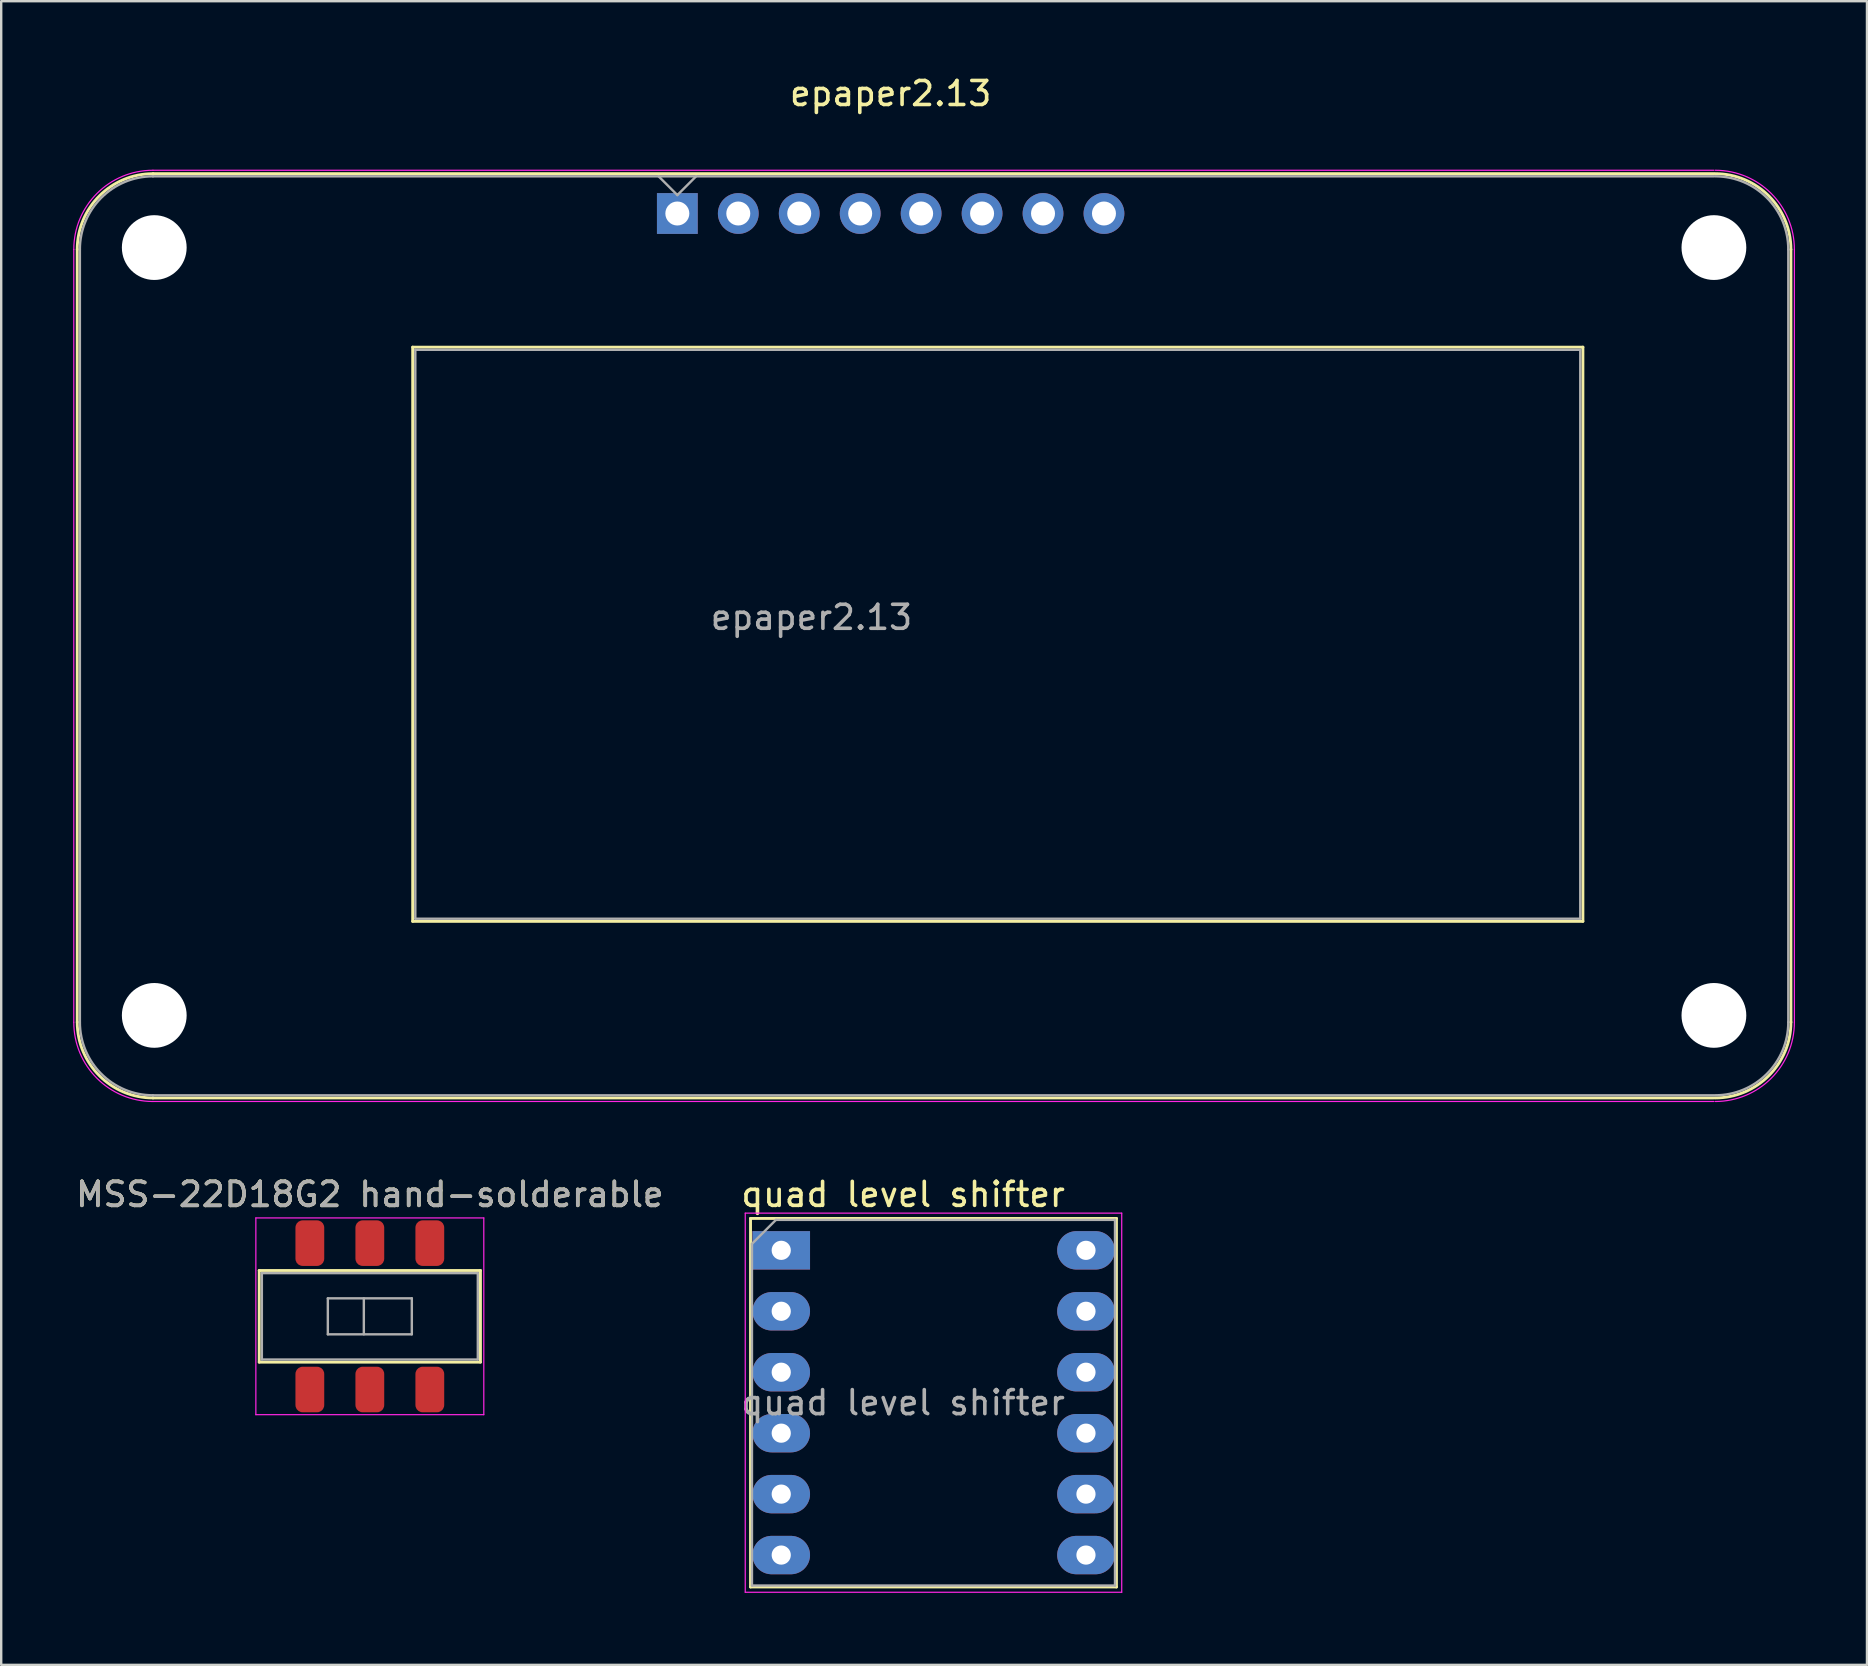
<source format=kicad_pcb>
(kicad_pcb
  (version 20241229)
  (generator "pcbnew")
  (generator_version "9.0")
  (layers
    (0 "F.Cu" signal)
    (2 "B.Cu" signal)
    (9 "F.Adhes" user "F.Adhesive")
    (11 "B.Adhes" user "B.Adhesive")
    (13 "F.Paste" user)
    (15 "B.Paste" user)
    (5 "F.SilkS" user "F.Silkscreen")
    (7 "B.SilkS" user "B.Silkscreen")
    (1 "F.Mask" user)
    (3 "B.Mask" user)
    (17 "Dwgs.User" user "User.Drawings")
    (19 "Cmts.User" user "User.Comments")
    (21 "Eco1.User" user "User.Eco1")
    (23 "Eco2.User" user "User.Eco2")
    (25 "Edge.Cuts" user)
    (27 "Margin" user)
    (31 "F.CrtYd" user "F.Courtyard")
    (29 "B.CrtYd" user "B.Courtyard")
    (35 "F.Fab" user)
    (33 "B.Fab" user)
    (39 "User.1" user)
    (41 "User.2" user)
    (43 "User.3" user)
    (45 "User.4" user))
  (footprint "quad level shifter"
    (layer "F.Cu")
    (at 29.509 49.059)
    (property "Reference" "quad level shifter" (at 5.08 -2.33 0) (layer "F.SilkS") (effects (font (size 1 1) (thickness 0.15))))
    (attr through_hole)
    (fp_line (start -1.28 -1.33) (end -1.28 14.03) (stroke (width 0.12) (type solid)) (layer "F.SilkS"))
    (fp_line (start -1.28 14.03) (end 13.97 14.03) (stroke (width 0.12) (type solid)) (layer "F.SilkS"))
    (fp_line (start 13.97 -1.33) (end -1.28 -1.33) (stroke (width 0.12) (type solid)) (layer "F.SilkS"))
    (fp_line (start 13.97 14.03) (end 13.97 -1.33) (stroke (width 0.12) (type solid)) (layer "F.SilkS"))
    (fp_line (start -1.5 -1.55) (end -1.5 14.25) (stroke (width 0.05) (type solid)) (layer "F.CrtYd"))
    (fp_line (start -1.5 14.25) (end 14.19 14.25) (stroke (width 0.05) (type solid)) (layer "F.CrtYd"))
    (fp_line (start 14.19 -1.55) (end -1.5 -1.55) (stroke (width 0.05) (type solid)) (layer "F.CrtYd"))
    (fp_line (start 14.19 14.25) (end 14.19 -1.55) (stroke (width 0.05) (type solid)) (layer "F.CrtYd"))
    (fp_line (start -1.22 -0.27) (end -0.22 -1.27) (stroke (width 0.1) (type solid)) (layer "F.Fab"))
    (fp_line (start -1.22 13.97) (end -1.22 -0.27) (stroke (width 0.1) (type solid)) (layer "F.Fab"))
    (fp_line (start -0.22 -1.27) (end 13.91 -1.27) (stroke (width 0.1) (type solid)) (layer "F.Fab"))
    (fp_line (start 13.91 -1.27) (end 13.91 13.97) (stroke (width 0.1) (type solid)) (layer "F.Fab"))
    (fp_line (start 13.91 13.97) (end -1.22 13.97) (stroke (width 0.1) (type solid)) (layer "F.Fab"))
    (fp_text user "${REFERENCE}" (at 5.08 6.35 0) (layer "F.Fab") (effects (font (size 1 1) (thickness 0.15))))
    (pad "1" thru_hole rect (at 0 0) (size 2.4 1.6) (drill 0.8) (layers "*.Cu" "*.Mask"))
    (pad "2" thru_hole oval (at 0 2.54) (size 2.4 1.6) (drill 0.8) (layers "*.Cu" "*.Mask"))
    (pad "3" thru_hole oval (at 0 5.08) (size 2.4 1.6) (drill 0.8) (layers "*.Cu" "*.Mask"))
    (pad "4" thru_hole oval (at 0 7.62) (size 2.4 1.6) (drill 0.8) (layers "*.Cu" "*.Mask"))
    (pad "5" thru_hole oval (at 0 10.16) (size 2.4 1.6) (drill 0.8) (layers "*.Cu" "*.Mask"))
    (pad "6" thru_hole oval (at 0 12.7) (size 2.4 1.6) (drill 0.8) (layers "*.Cu" "*.Mask"))
    (pad "7" thru_hole oval (at 12.7 12.7) (size 2.4 1.6) (drill 0.8) (layers "*.Cu" "*.Mask"))
    (pad "8" thru_hole oval (at 12.7 10.16) (size 2.4 1.6) (drill 0.8) (layers "*.Cu" "*.Mask"))
    (pad "9" thru_hole oval (at 12.7 7.62) (size 2.4 1.6) (drill 0.8) (layers "*.Cu" "*.Mask"))
    (pad "10" thru_hole oval (at 12.7 5.08) (size 2.4 1.6) (drill 0.8) (layers "*.Cu" "*.Mask"))
    (pad "11" thru_hole oval (at 12.7 2.54) (size 2.4 1.6) (drill 0.8) (layers "*.Cu" "*.Mask"))
    (pad "12" thru_hole oval (at 12.7 0) (size 2.4 1.6) (drill 0.8) (layers "*.Cu" "*.Mask")))
  (footprint "MSS-22D18G2 hand-solderable"
    (layer "F.Cu")
    (at 12.363 51.809)
    (property "Reference" "MSS-22D18G2 hand-solderable" (at 0 -5.08 0) (layer "F.SilkS") (effects (font (size 1 1) (thickness 0.15))))
    (attr smd)
    (fp_line (start -4.61 -1.91) (end -4.61 1.91) (stroke (width 0.12) (type solid)) (layer "F.SilkS"))
    (fp_line (start -4.61 1.91) (end 4.61 1.91) (stroke (width 0.12) (type solid)) (layer "F.SilkS"))
    (fp_line (start 4.61 -1.91) (end -4.61 -1.91) (stroke (width 0.12) (type solid)) (layer "F.SilkS"))
    (fp_line (start 4.61 -1.91) (end 4.61 1.91) (stroke (width 0.12) (type solid)) (layer "F.SilkS"))
    (fp_line (start -4.75 -4.1) (end -4.75 4.1) (stroke (width 0.05) (type solid)) (layer "F.CrtYd"))
    (fp_line (start -4.75 -4.1) (end 4.75 -4.1) (stroke (width 0.05) (type solid)) (layer "F.CrtYd"))
    (fp_line (start 4.75 -4.1) (end 4.75 4.1) (stroke (width 0.05) (type solid)) (layer "F.CrtYd"))
    (fp_line (start 4.75 4.1) (end -4.75 4.1) (stroke (width 0.05) (type solid)) (layer "F.CrtYd"))
    (fp_line (start -4.5 -1.8) (end 4.5 -1.8) (stroke (width 0.1) (type solid)) (layer "F.Fab"))
    (fp_line (start -4.5 1.8) (end -4.5 -1.8) (stroke (width 0.1) (type solid)) (layer "F.Fab"))
    (fp_line (start -1.75 -0.75) (end -1.75 0.75) (stroke (width 0.1) (type solid)) (layer "F.Fab"))
    (fp_line (start -1.75 -0.75) (end 1.75 -0.75) (stroke (width 0.1) (type solid)) (layer "F.Fab"))
    (fp_line (start -0.25 -0.75) (end -0.25 0.75) (stroke (width 0.1) (type solid)) (layer "F.Fab"))
    (fp_line (start 1.75 -0.75) (end 1.75 0.75) (stroke (width 0.1) (type solid)) (layer "F.Fab"))
    (fp_line (start 1.75 0.75) (end -1.75 0.75) (stroke (width 0.1) (type solid)) (layer "F.Fab"))
    (fp_line (start 4.5 -1.8) (end 4.5 1.8) (stroke (width 0.1) (type solid)) (layer "F.Fab"))
    (fp_line (start 4.5 1.8) (end -4.5 1.8) (stroke (width 0.1) (type solid)) (layer "F.Fab"))
    (fp_text user "${REFERENCE}" (at 0 -5.08 0) (layer "F.Fab") (effects (font (size 1 1) (thickness 0.15))))
    (pad "1" smd roundrect (at -2.5 -3.05) (size 1.2 1.9) (layers "F.Cu" "F.Mask" "F.Paste") (roundrect_rratio 0.25))
    (pad "2" smd roundrect (at 0 -3.05) (size 1.2 1.9) (layers "F.Cu" "F.Mask" "F.Paste") (roundrect_rratio 0.25))
    (pad "3" smd roundrect (at 2.5 -3.05) (size 1.2 1.9) (layers "F.Cu" "F.Mask" "F.Paste") (roundrect_rratio 0.25))
    (pad "4" smd roundrect (at -2.5 3.05) (size 1.2 1.9) (layers "F.Cu" "F.Mask" "F.Paste") (roundrect_rratio 0.25))
    (pad "5" smd roundrect (at 0 3.05) (size 1.2 1.9) (layers "F.Cu" "F.Mask" "F.Paste") (roundrect_rratio 0.25))
    (pad "6" smd roundrect (at 2.5 3.05) (size 1.2 1.9) (layers "F.Cu" "F.Mask" "F.Paste") (roundrect_rratio 0.25)))
  (footprint "epaper2.13"
    (layer "F.Cu")
    (at 25.179 5.848)
    (property "Reference" "epaper2.13" (at 8.89 -5 0) (layer "F.SilkS") (effects (font (size 1 1) (thickness 0.15))))
    (attr through_hole)
    (fp_line (start -25.01 1.498) (end -25.01 33.7) (stroke (width 0.12) (type solid)) (layer "F.SilkS"))
    (fp_line (start -11.03 5.57) (end -11.03 29.5) (stroke (width 0.12) (type solid)) (layer "F.SilkS"))
    (fp_line (start -11.03 5.57) (end 37.74 5.57) (stroke (width 0.12) (type solid)) (layer "F.SilkS"))
    (fp_line (start -11.03 29.5) (end 37.74 29.5) (stroke (width 0.12) (type solid)) (layer "F.SilkS"))
    (fp_line (start 37.74 5.57) (end 37.74 29.5) (stroke (width 0.12) (type solid)) (layer "F.SilkS"))
    (fp_line (start 43.2 -1.66) (end -21.854 -1.66) (stroke (width 0.12) (type solid)) (layer "F.SilkS"))
    (fp_line (start 43.2 36.86) (end -21.854 36.86) (stroke (width 0.12) (type solid)) (layer "F.SilkS"))
    (fp_line (start 46.41 1.498) (end 46.41 33.7) (stroke (width 0.12) (type solid)) (layer "F.SilkS"))
    (fp_arc (start -25.01 1.498) (mid -24.085043 -0.735043) (end -21.852 -1.66) (stroke (width 0.12) (type solid)) (layer "F.SilkS"))
    (fp_arc (start -21.852 36.86) (mid -24.085043 35.935043) (end -25.01 33.702) (stroke (width 0.12) (type solid)) (layer "F.SilkS"))
    (fp_arc (start 43.252 -1.66) (mid 45.485043 -0.735043) (end 46.41 1.498) (stroke (width 0.12) (type solid)) (layer "F.SilkS"))
    (fp_arc (start 46.41 33.702) (mid 45.485043 35.935043) (end 43.252 36.86) (stroke (width 0.12) (type solid)) (layer "F.SilkS"))
    (fp_line (start -25.154 1.498) (end -25.154 33.7) (stroke (width 0.05) (type solid)) (layer "F.CrtYd"))
    (fp_line (start 43.2 -1.802) (end -21.854 -1.802) (stroke (width 0.05) (type solid)) (layer "F.CrtYd"))
    (fp_line (start 43.2 37.008) (end -21.854 37.008) (stroke (width 0.05) (type solid)) (layer "F.CrtYd"))
    (fp_line (start 46.554 1.498) (end 46.554 33.7) (stroke (width 0.05) (type solid)) (layer "F.CrtYd"))
    (fp_arc (start -25.154 1.498) (mid -24.187452 -0.835452) (end -21.854 -1.802) (stroke (width 0.05) (type solid)) (layer "F.CrtYd"))
    (fp_arc (start -21.854 37.008) (mid -24.187452 36.041452) (end -25.154 33.708) (stroke (width 0.05) (type solid)) (layer "F.CrtYd"))
    (fp_arc (start 43.254 -1.802) (mid 45.587452 -0.835452) (end 46.554 1.498) (stroke (width 0.05) (type solid)) (layer "F.CrtYd"))
    (fp_arc (start 46.554 33.708) (mid 45.587452 36.041452) (end 43.254 37.008) (stroke (width 0.05) (type solid)) (layer "F.CrtYd"))
    (fp_line (start -24.9 1.498) (end -24.9 33.7) (stroke (width 0.1) (type solid)) (layer "F.Fab"))
    (fp_line (start -10.92 5.68) (end -10.92 29.39) (stroke (width 0.1) (type solid)) (layer "F.Fab"))
    (fp_line (start -10.92 5.68) (end 37.63 5.68) (stroke (width 0.1) (type solid)) (layer "F.Fab"))
    (fp_line (start -10.92 29.39) (end 37.63 29.39) (stroke (width 0.1) (type solid)) (layer "F.Fab"))
    (fp_line (start -0.78 -1.548) (end 0 -0.768) (stroke (width 0.1) (type solid)) (layer "F.Fab"))
    (fp_line (start 0 -0.768) (end 0.78 -1.548) (stroke (width 0.1) (type solid)) (layer "F.Fab"))
    (fp_line (start 37.63 5.68) (end 37.63 29.39) (stroke (width 0.1) (type solid)) (layer "F.Fab"))
    (fp_line (start 43.2 -1.55) (end -21.854 -1.55) (stroke (width 0.1) (type solid)) (layer "F.Fab"))
    (fp_line (start 43.2 36.75) (end -21.854 36.75) (stroke (width 0.1) (type solid)) (layer "F.Fab"))
    (fp_line (start 46.3 1.498) (end 46.3 33.7) (stroke (width 0.1) (type solid)) (layer "F.Fab"))
    (fp_arc (start -24.9 1.5) (mid -24.008676 -0.655847) (end -21.854 -1.55) (stroke (width 0.1) (type solid)) (layer "F.Fab"))
    (fp_arc (start -21.854 36.75) (mid -24.008676 35.855847) (end -24.9 33.7) (stroke (width 0.1) (type solid)) (layer "F.Fab"))
    (fp_arc (start 43.252 -1.55) (mid 45.407261 -0.657261) (end 46.3 1.498) (stroke (width 0.1) (type solid)) (layer "F.Fab"))
    (fp_arc (start 46.3 33.702) (mid 45.407261 35.857261) (end 43.252 36.75) (stroke (width 0.1) (type solid)) (layer "F.Fab"))
    (fp_text user "${REFERENCE}" (at 5.59 16.832 0) (layer "F.Fab") (effects (font (size 1 1) (thickness 0.15))))
    (pad "" np_thru_hole circle (at -21.8 1.42) (size 2.7 2.7) (drill 2.7) (layers "*.Cu" "*.Mask"))
    (pad "" np_thru_hole circle (at -21.8 33.42) (size 2.7 2.7) (drill 2.7) (layers "*.Cu" "*.Mask"))
    (pad "" np_thru_hole circle (at 43.2 1.42) (size 2.7 2.7) (drill 2.7) (layers "*.Cu" "*.Mask"))
    (pad "" np_thru_hole circle (at 43.2 33.42) (size 2.7 2.7) (drill 2.7) (layers "*.Cu" "*.Mask"))
    (pad "1" thru_hole rect (at 0 0) (size 1.7 1.7) (drill 1) (layers "*.Cu" "*.Mask"))
    (pad "2" thru_hole circle (at 2.54 0) (size 1.7 1.7) (drill 1) (layers "*.Cu" "*.Mask"))
    (pad "3" thru_hole circle (at 5.08 0) (size 1.7 1.7) (drill 1) (layers "*.Cu" "*.Mask"))
    (pad "4" thru_hole circle (at 7.62 0) (size 1.7 1.7) (drill 1) (layers "*.Cu" "*.Mask"))
    (pad "5" thru_hole circle (at 10.16 0) (size 1.7 1.7) (drill 1) (layers "*.Cu" "*.Mask"))
    (pad "6" thru_hole circle (at 12.7 0) (size 1.7 1.7) (drill 1) (layers "*.Cu" "*.Mask"))
    (pad "7" thru_hole circle (at 15.24 0) (size 1.7 1.7) (drill 1) (layers "*.Cu" "*.Mask"))
    (pad "8" thru_hole circle (at 17.78 0) (size 1.7 1.7) (drill 1) (layers "*.Cu" "*.Mask")))
  (gr_rect
    (start -3 -3)
    (end 74.758 66.335)
    (stroke (width 0.1) (type default))
    (fill no)
    (layer "Edge.Cuts")))
</source>
